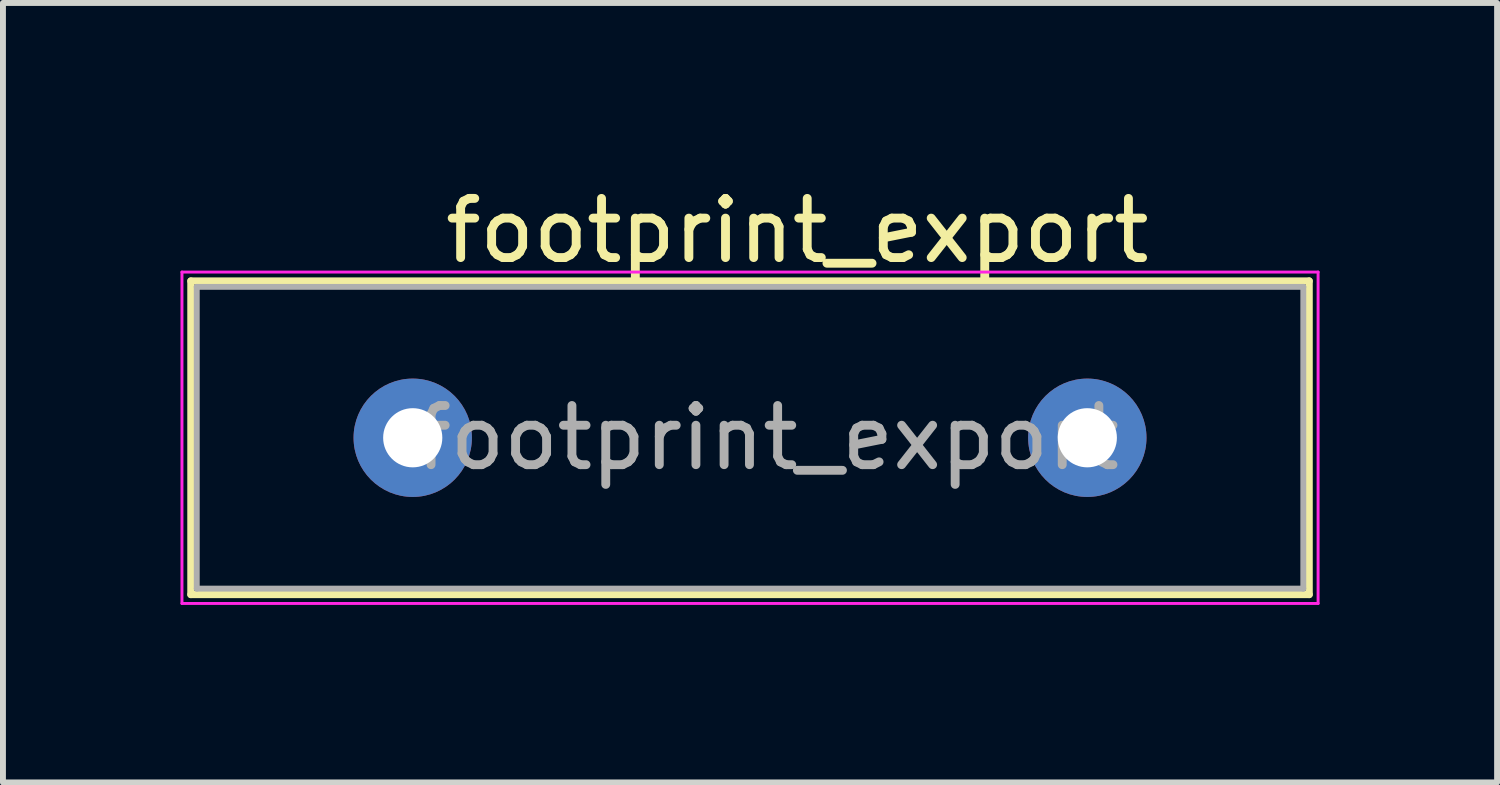
<source format=kicad_pcb>
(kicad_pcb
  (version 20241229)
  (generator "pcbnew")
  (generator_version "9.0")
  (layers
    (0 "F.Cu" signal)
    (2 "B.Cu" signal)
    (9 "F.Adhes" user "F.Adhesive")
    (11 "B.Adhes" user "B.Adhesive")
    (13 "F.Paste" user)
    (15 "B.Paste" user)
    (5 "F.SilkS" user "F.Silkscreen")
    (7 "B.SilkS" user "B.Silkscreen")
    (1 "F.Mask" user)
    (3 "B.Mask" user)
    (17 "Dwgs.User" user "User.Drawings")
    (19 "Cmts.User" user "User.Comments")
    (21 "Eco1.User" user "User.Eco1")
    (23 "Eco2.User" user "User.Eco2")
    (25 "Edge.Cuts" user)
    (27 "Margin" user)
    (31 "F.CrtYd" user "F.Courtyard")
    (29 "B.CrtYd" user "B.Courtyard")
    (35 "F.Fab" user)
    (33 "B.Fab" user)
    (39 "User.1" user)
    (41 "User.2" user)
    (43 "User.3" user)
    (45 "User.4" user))
  (footprint "footprint_export"
    (layer "F.Cu")
    (at 3.925 4.348)
    (property "Reference" "footprint_export" (at 6.5 -3.5 0) (layer "F.SilkS") (effects (font (size 1 1) (thickness 0.15))))
    (attr through_hole)
    (fp_line (start -3.75 -2.65) (end -3.75 2.65) (stroke (width 0.12) (type solid)) (layer "F.SilkS"))
    (fp_line (start -3.75 -2.65) (end 15.15 -2.65) (stroke (width 0.12) (type solid)) (layer "F.SilkS"))
    (fp_line (start 15.15 2.65) (end -3.75 2.65) (stroke (width 0.12) (type solid)) (layer "F.SilkS"))
    (fp_line (start 15.15 2.65) (end 15.15 -2.65) (stroke (width 0.12) (type solid)) (layer "F.SilkS"))
    (fp_line (start -3.9 -2.8) (end -3.9 2.8) (stroke (width 0.05) (type solid)) (layer "F.CrtYd"))
    (fp_line (start -3.9 -2.8) (end 15.3 -2.8) (stroke (width 0.05) (type solid)) (layer "F.CrtYd"))
    (fp_line (start 15.3 2.8) (end -3.9 2.8) (stroke (width 0.05) (type solid)) (layer "F.CrtYd"))
    (fp_line (start 15.3 2.8) (end 15.3 -2.8) (stroke (width 0.05) (type solid)) (layer "F.CrtYd"))
    (fp_line (start -3.65 -2.55) (end -3.65 2.55) (stroke (width 0.1) (type solid)) (layer "F.Fab"))
    (fp_line (start -3.65 2.55) (end 15.05 2.55) (stroke (width 0.1) (type solid)) (layer "F.Fab"))
    (fp_line (start 15.05 -2.55) (end -3.65 -2.55) (stroke (width 0.1) (type solid)) (layer "F.Fab"))
    (fp_line (start 15.05 2.55) (end 15.05 -2.55) (stroke (width 0.1) (type solid)) (layer "F.Fab"))
    (fp_text user "${REFERENCE}" (at 6 0 0) (layer "F.Fab") (effects (font (size 1 1) (thickness 0.15))))
    (pad "1" thru_hole circle (at 0 0) (size 2 2) (drill 1) (layers "*.Cu" "*.Mask"))
    (pad "2" thru_hole circle (at 11.4 0) (size 2 2) (drill 1) (layers "*.Cu" "*.Mask")))
  (gr_rect
    (start -3 -3)
    (end 22.25 10.173)
    (stroke (width 0.1) (type default))
    (fill no)
    (layer "Edge.Cuts")))
</source>
